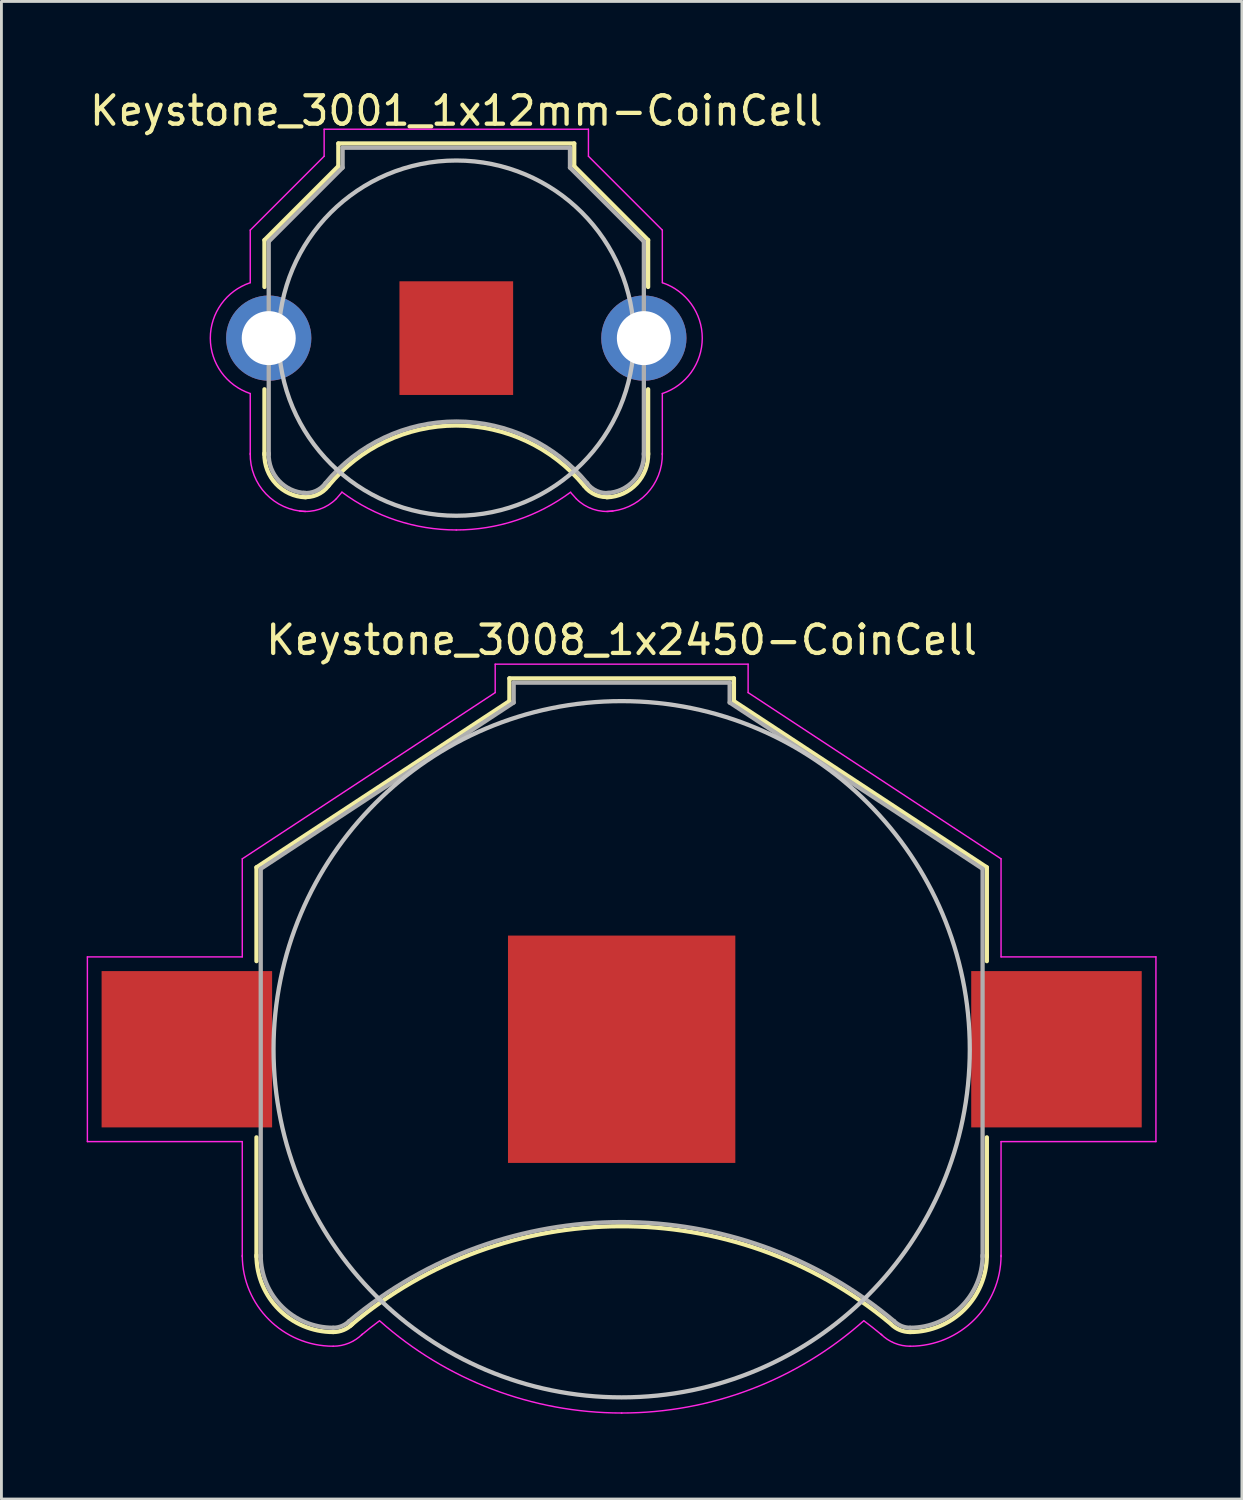
<source format=kicad_pcb>
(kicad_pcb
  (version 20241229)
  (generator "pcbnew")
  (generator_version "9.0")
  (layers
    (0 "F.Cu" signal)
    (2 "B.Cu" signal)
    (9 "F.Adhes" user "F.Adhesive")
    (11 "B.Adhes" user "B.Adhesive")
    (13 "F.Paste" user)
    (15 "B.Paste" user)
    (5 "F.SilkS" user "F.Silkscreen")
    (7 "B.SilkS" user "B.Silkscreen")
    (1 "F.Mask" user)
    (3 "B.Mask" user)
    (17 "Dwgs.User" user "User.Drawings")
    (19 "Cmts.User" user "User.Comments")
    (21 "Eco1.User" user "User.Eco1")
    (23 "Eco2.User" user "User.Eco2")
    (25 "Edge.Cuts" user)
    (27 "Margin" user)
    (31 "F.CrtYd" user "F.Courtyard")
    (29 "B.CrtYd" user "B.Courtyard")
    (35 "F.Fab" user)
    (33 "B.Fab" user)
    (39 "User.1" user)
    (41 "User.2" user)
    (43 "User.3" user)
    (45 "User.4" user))
  (footprint "Keystone_3008_1x2450-CoinCell"
    (layer "F.Cu")
    (at 18.825 33.871)
    (property "Reference" "Keystone_3008_1x2450-CoinCell" (at 0 -14.4 0) (layer "F.SilkS") (effects (font (size 1 1) (thickness 0.15))))
    (attr smd)
    (fp_line (start -12.85 -6.4) (end -12.85 -3.1) (stroke (width 0.15) (type solid)) (layer "F.SilkS"))
    (fp_line (start -12.85 3.1) (end -12.85 7.3) (stroke (width 0.15) (type solid)) (layer "F.SilkS"))
    (fp_line (start -3.95 -13.05) (end -3.95 -12.25) (stroke (width 0.15) (type solid)) (layer "F.SilkS"))
    (fp_line (start -3.95 -13.05) (end 3.95 -13.05) (stroke (width 0.15) (type solid)) (layer "F.SilkS"))
    (fp_line (start -3.95 -12.25) (end -12.85 -6.4) (stroke (width 0.15) (type solid)) (layer "F.SilkS"))
    (fp_line (start 3.95 -13.05) (end 3.95 -12.25) (stroke (width 0.15) (type solid)) (layer "F.SilkS"))
    (fp_line (start 3.95 -12.25) (end 12.85 -6.4) (stroke (width 0.15) (type solid)) (layer "F.SilkS"))
    (fp_line (start 12.85 -6.4) (end 12.85 -3.1) (stroke (width 0.15) (type solid)) (layer "F.SilkS"))
    (fp_line (start 12.85 3.1) (end 12.85 7.3) (stroke (width 0.15) (type solid)) (layer "F.SilkS"))
    (fp_arc (start -10.15 9.95) (mid -12.059188 9.159188) (end -12.85 7.25) (stroke (width 0.15) (type solid)) (layer "F.SilkS"))
    (fp_arc (start -9.55 9.73) (mid -0.071508 6.228057) (end 9.440443 9.638071) (stroke (width 0.15) (type solid)) (layer "F.SilkS"))
    (fp_arc (start -9.478249 9.671751) (mid -9.786451 9.877685) (end -10.15 9.95) (stroke (width 0.15) (type solid)) (layer "F.SilkS"))
    (fp_arc (start 10.15 9.95) (mid 9.786451 9.877686) (end 9.478249 9.671751) (stroke (width 0.15) (type solid)) (layer "F.SilkS"))
    (fp_arc (start 12.85 7.25) (mid 12.059188 9.159188) (end 10.15 9.95) (stroke (width 0.15) (type solid)) (layer "F.SilkS"))
    (fp_circle (center 0 0) (end 12.25 0) (stroke (width 0.15) (type solid)) (fill no) (layer "Dwgs.User"))
    (fp_line (start -18.8 -3.25) (end -18.8 3.25) (stroke (width 0.05) (type solid)) (layer "F.CrtYd"))
    (fp_line (start -18.8 3.25) (end -13.35 3.25) (stroke (width 0.05) (type solid)) (layer "F.CrtYd"))
    (fp_line (start -13.35 -6.7) (end -13.35 -3.25) (stroke (width 0.05) (type solid)) (layer "F.CrtYd"))
    (fp_line (start -13.35 -3.25) (end -18.8 -3.25) (stroke (width 0.05) (type solid)) (layer "F.CrtYd"))
    (fp_line (start -13.35 3.25) (end -13.35 7.3) (stroke (width 0.05) (type solid)) (layer "F.CrtYd"))
    (fp_line (start -4.45 -13.55) (end -4.45 -12.55) (stroke (width 0.05) (type solid)) (layer "F.CrtYd"))
    (fp_line (start -4.45 -13.55) (end 4.45 -13.55) (stroke (width 0.05) (type solid)) (layer "F.CrtYd"))
    (fp_line (start -4.45 -12.55) (end -13.35 -6.7) (stroke (width 0.05) (type solid)) (layer "F.CrtYd"))
    (fp_line (start 4.45 -13.55) (end 4.45 -12.55) (stroke (width 0.05) (type solid)) (layer "F.CrtYd"))
    (fp_line (start 4.45 -12.55) (end 13.35 -6.7) (stroke (width 0.05) (type solid)) (layer "F.CrtYd"))
    (fp_line (start 13.35 -6.7) (end 13.35 -3.25) (stroke (width 0.05) (type solid)) (layer "F.CrtYd"))
    (fp_line (start 13.35 -3.25) (end 18.8 -3.25) (stroke (width 0.05) (type solid)) (layer "F.CrtYd"))
    (fp_line (start 13.35 3.25) (end 13.35 7.3) (stroke (width 0.05) (type solid)) (layer "F.CrtYd"))
    (fp_line (start 18.8 -3.25) (end 18.8 3.25) (stroke (width 0.05) (type solid)) (layer "F.CrtYd"))
    (fp_line (start 18.8 3.25) (end 13.35 3.25) (stroke (width 0.05) (type solid)) (layer "F.CrtYd"))
    (fp_arc (start -10.15 10.45) (mid -12.412742 9.512742) (end -13.35 7.25) (stroke (width 0.05) (type solid)) (layer "F.CrtYd"))
    (fp_arc (start -9.15 10.05) (mid -8.840691 9.798786) (end -8.524488 9.556307) (stroke (width 0.05) (type solid)) (layer "F.CrtYd"))
    (fp_arc (start -9.124695 10.025305) (mid -9.595109 10.339626) (end -10.15 10.45) (stroke (width 0.05) (type solid)) (layer "F.CrtYd"))
    (fp_arc (start 0 12.8) (mid -4.55581 11.961797) (end -8.514949 9.556969) (stroke (width 0.05) (type solid)) (layer "F.CrtYd"))
    (fp_arc (start 8.514949 9.556969) (mid 4.55581 11.961798) (end 0 12.8) (stroke (width 0.05) (type solid)) (layer "F.CrtYd"))
    (fp_arc (start 8.524488 9.556307) (mid 8.840691 9.798786) (end 9.15 10.05) (stroke (width 0.05) (type solid)) (layer "F.CrtYd"))
    (fp_arc (start 10.15 10.45) (mid 9.595109 10.339625) (end 9.124695 10.025305) (stroke (width 0.05) (type solid)) (layer "F.CrtYd"))
    (fp_arc (start 13.35 7.25) (mid 12.412742 9.512742) (end 10.15 10.45) (stroke (width 0.05) (type solid)) (layer "F.CrtYd"))
    (fp_line (start -12.7 -6.35) (end -12.7 7.3) (stroke (width 0.15) (type solid)) (layer "F.Fab"))
    (fp_line (start -3.8 -12.9) (end -3.8 -12.2) (stroke (width 0.15) (type solid)) (layer "F.Fab"))
    (fp_line (start -3.8 -12.9) (end 3.8 -12.9) (stroke (width 0.15) (type solid)) (layer "F.Fab"))
    (fp_line (start -3.8 -12.2) (end -12.7 -6.35) (stroke (width 0.15) (type solid)) (layer "F.Fab"))
    (fp_line (start 3.8 -12.9) (end 3.8 -12.2) (stroke (width 0.15) (type solid)) (layer "F.Fab"))
    (fp_line (start 3.8 -12.2) (end 12.7 -6.35) (stroke (width 0.15) (type solid)) (layer "F.Fab"))
    (fp_line (start 12.7 -6.35) (end 12.7 7.3) (stroke (width 0.15) (type solid)) (layer "F.Fab"))
    (fp_arc (start -10.15 9.8) (mid -11.953122 9.053122) (end -12.7 7.25) (stroke (width 0.15) (type solid)) (layer "F.Fab"))
    (fp_arc (start -9.6 9.58) (mid -0.013392 6.081011) (end 9.579482 9.562783) (stroke (width 0.15) (type solid)) (layer "F.Fab"))
    (fp_arc (start -9.584315 9.565685) (mid -9.843853 9.739103) (end -10.15 9.8) (stroke (width 0.15) (type solid)) (layer "F.Fab"))
    (fp_arc (start 10.15 9.8) (mid 9.843853 9.739104) (end 9.584315 9.565685) (stroke (width 0.15) (type solid)) (layer "F.Fab"))
    (fp_arc (start 12.7 7.25) (mid 11.953122 9.053122) (end 10.15 9.8) (stroke (width 0.15) (type solid)) (layer "F.Fab"))
    (pad "1" smd rect (at -15.3 0) (size 6 5.5) (layers "F.Cu" "F.Mask" "F.Paste"))
    (pad "1" smd rect (at 15.3 0) (size 6 5.5) (layers "F.Cu" "F.Mask" "F.Paste"))
    (pad "2" smd rect (at 0 0) (size 8 8) (layers "F.Cu" "F.Mask" "F.Paste")))
  (footprint "Keystone_3001_1x12mm-CoinCell"
    (layer "F.Cu")
    (at 13.006 8.848)
    (property "Reference" "Keystone_3001_1x12mm-CoinCell" (at 0 -8 0) (layer "F.SilkS") (effects (font (size 1 1) (thickness 0.15))))
    (attr through_hole)
    (fp_line (start -6.75 -3.45) (end -4.15 -6.05) (stroke (width 0.15) (type solid)) (layer "F.SilkS"))
    (fp_line (start -6.75 -1.8) (end -6.75 -3.45) (stroke (width 0.15) (type solid)) (layer "F.SilkS"))
    (fp_line (start -6.75 1.8) (end -6.75 4.1) (stroke (width 0.15) (type solid)) (layer "F.SilkS"))
    (fp_line (start -4.15 -6.85) (end 4.15 -6.85) (stroke (width 0.15) (type solid)) (layer "F.SilkS"))
    (fp_line (start -4.15 -6.05) (end -4.15 -6.85) (stroke (width 0.15) (type solid)) (layer "F.SilkS"))
    (fp_line (start 4.15 -6.85) (end 4.15 -6.05) (stroke (width 0.15) (type solid)) (layer "F.SilkS"))
    (fp_line (start 4.15 -6.05) (end 6.75 -3.45) (stroke (width 0.15) (type solid)) (layer "F.SilkS"))
    (fp_line (start 6.75 -3.45) (end 6.75 -1.8) (stroke (width 0.15) (type solid)) (layer "F.SilkS"))
    (fp_line (start 6.75 1.8) (end 6.75 4.1) (stroke (width 0.15) (type solid)) (layer "F.SilkS"))
    (fp_arc (start -5.3 5.6) (mid -6.346016 5.125305) (end -6.75 4.05) (stroke (width 0.15) (type solid)) (layer "F.SilkS"))
    (fp_arc (start -4.5 5.2) (mid -4.90584 5.514615) (end -5.414615 5.58416) (stroke (width 0.15) (type solid)) (layer "F.SilkS"))
    (fp_arc (start -4.5 5.2) (mid -0.007341 3.0742) (end 4.490661 5.188671) (stroke (width 0.15) (type solid)) (layer "F.SilkS"))
    (fp_arc (start 5.414615 5.58416) (mid 4.90584 5.514615) (end 4.5 5.2) (stroke (width 0.15) (type solid)) (layer "F.SilkS"))
    (fp_arc (start 6.75 4.05) (mid 6.346016 5.125305) (end 5.3 5.6) (stroke (width 0.15) (type solid)) (layer "F.SilkS"))
    (fp_circle (center 0 0) (end 0 6.25) (stroke (width 0.15) (type solid)) (fill no) (layer "Dwgs.User"))
    (fp_line (start -7.25 -3.8) (end -4.65 -6.4) (stroke (width 0.05) (type solid)) (layer "F.CrtYd"))
    (fp_line (start -7.25 -1.95) (end -7.25 -3.8) (stroke (width 0.05) (type solid)) (layer "F.CrtYd"))
    (fp_line (start -7.25 1.95) (end -7.25 4.1) (stroke (width 0.05) (type solid)) (layer "F.CrtYd"))
    (fp_line (start -4.65 -7.35) (end 4.65 -7.35) (stroke (width 0.05) (type solid)) (layer "F.CrtYd"))
    (fp_line (start -4.65 -6.4) (end -4.65 -7.35) (stroke (width 0.05) (type solid)) (layer "F.CrtYd"))
    (fp_line (start 4.65 -6.4) (end 4.65 -7.35) (stroke (width 0.05) (type solid)) (layer "F.CrtYd"))
    (fp_line (start 7.25 -3.8) (end 4.65 -6.4) (stroke (width 0.05) (type solid)) (layer "F.CrtYd"))
    (fp_line (start 7.25 -1.95) (end 7.25 -3.8) (stroke (width 0.05) (type solid)) (layer "F.CrtYd"))
    (fp_line (start 7.25 1.95) (end 7.25 4.1) (stroke (width 0.05) (type solid)) (layer "F.CrtYd"))
    (fp_arc (start -7.25 1.95) (mid -8.655479 0.002334) (end -7.254426 -1.948519) (stroke (width 0.05) (type solid)) (layer "F.CrtYd"))
    (fp_arc (start -5.3 6.1) (mid -6.699569 5.478858) (end -7.25 4.05) (stroke (width 0.05) (type solid)) (layer "F.CrtYd"))
    (fp_arc (start -4.22 5.65) (mid -4.814553 6.021742) (end -5.513125 6.082436) (stroke (width 0.05) (type solid)) (layer "F.CrtYd"))
    (fp_arc (start -4.22 5.65) (mid -4.123743 5.534157) (end -4.024388 5.42096) (stroke (width 0.05) (type solid)) (layer "F.CrtYd"))
    (fp_arc (start 0 6.75) (mid -2.119449 6.408622) (end -4.024518 5.419018) (stroke (width 0.05) (type solid)) (layer "F.CrtYd"))
    (fp_arc (start 4.024518 5.419018) (mid 2.119449 6.408622) (end 0 6.75) (stroke (width 0.05) (type solid)) (layer "F.CrtYd"))
    (fp_arc (start 4.02471 5.432858) (mid 4.123824 5.540108) (end 4.22 5.65) (stroke (width 0.05) (type solid)) (layer "F.CrtYd"))
    (fp_arc (start 5.513125 6.082436) (mid 4.814553 6.021742) (end 4.22 5.65) (stroke (width 0.05) (type solid)) (layer "F.CrtYd"))
    (fp_arc (start 7.25 4.05) (mid 6.699569 5.478858) (end 5.3 6.1) (stroke (width 0.05) (type solid)) (layer "F.CrtYd"))
    (fp_arc (start 7.254426 -1.948519) (mid 8.655479 0.002334) (end 7.25 1.95) (stroke (width 0.05) (type solid)) (layer "F.CrtYd"))
    (fp_line (start -6.6 -3.4) (end -6.6 4.1) (stroke (width 0.15) (type solid)) (layer "F.Fab"))
    (fp_line (start -4 -6.7) (end -4 -6) (stroke (width 0.15) (type solid)) (layer "F.Fab"))
    (fp_line (start -4 -6.7) (end 4 -6.7) (stroke (width 0.15) (type solid)) (layer "F.Fab"))
    (fp_line (start -4 -6) (end -6.6 -3.4) (stroke (width 0.15) (type solid)) (layer "F.Fab"))
    (fp_line (start 4 -6.7) (end 4 -6) (stroke (width 0.15) (type solid)) (layer "F.Fab"))
    (fp_line (start 4 -6) (end 6.6 -3.4) (stroke (width 0.15) (type solid)) (layer "F.Fab"))
    (fp_line (start 6.6 -3.4) (end 6.6 4.1) (stroke (width 0.15) (type solid)) (layer "F.Fab"))
    (fp_arc (start -5.3 5.45) (mid -6.239949 5.019239) (end -6.6 4.05) (stroke (width 0.15) (type solid)) (layer "F.Fab"))
    (fp_arc (start -4.6 5.1) (mid -4.942443 5.378013) (end -5.378013 5.447558) (stroke (width 0.15) (type solid)) (layer "F.Fab"))
    (fp_arc (start -4.6 5.1) (mid 0.006214 2.93343) (end 4.607905 5.109589) (stroke (width 0.15) (type solid)) (layer "F.Fab"))
    (fp_arc (start 5.378013 5.447558) (mid 4.942442 5.378013) (end 4.6 5.1) (stroke (width 0.15) (type solid)) (layer "F.Fab"))
    (fp_arc (start 6.6 4.05) (mid 6.239949 5.019239) (end 5.3 5.45) (stroke (width 0.15) (type solid)) (layer "F.Fab"))
    (pad "1" thru_hole circle (at -6.6 0) (size 3 3) (drill 1.9) (layers "*.Cu" "*.Mask"))
    (pad "1" thru_hole circle (at 6.6 0) (size 3 3) (drill 1.9) (layers "*.Cu" "*.Mask"))
    (pad "2" smd rect (at 0 0) (size 4 4) (layers "F.Cu" "F.Mask" "F.Paste")))
  (gr_rect
    (start -3 -3)
    (end 40.65 49.697)
    (stroke (width 0.1) (type default))
    (fill no)
    (layer "Edge.Cuts")))
</source>
